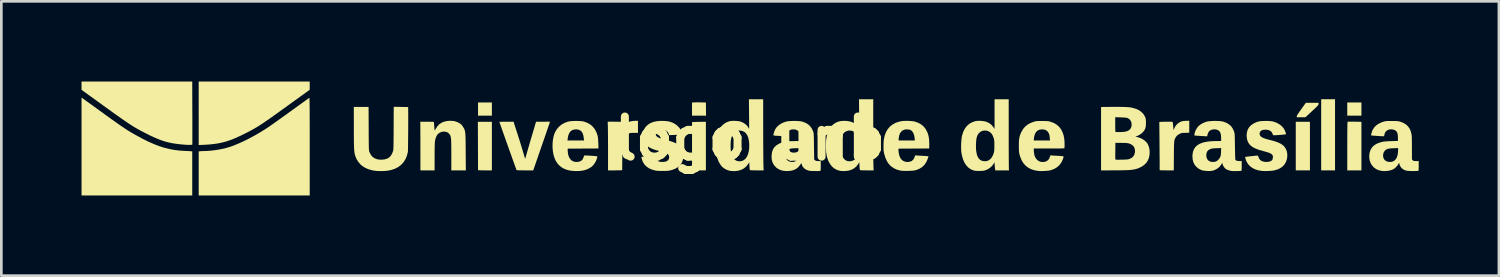
<source format=kicad_pcb>
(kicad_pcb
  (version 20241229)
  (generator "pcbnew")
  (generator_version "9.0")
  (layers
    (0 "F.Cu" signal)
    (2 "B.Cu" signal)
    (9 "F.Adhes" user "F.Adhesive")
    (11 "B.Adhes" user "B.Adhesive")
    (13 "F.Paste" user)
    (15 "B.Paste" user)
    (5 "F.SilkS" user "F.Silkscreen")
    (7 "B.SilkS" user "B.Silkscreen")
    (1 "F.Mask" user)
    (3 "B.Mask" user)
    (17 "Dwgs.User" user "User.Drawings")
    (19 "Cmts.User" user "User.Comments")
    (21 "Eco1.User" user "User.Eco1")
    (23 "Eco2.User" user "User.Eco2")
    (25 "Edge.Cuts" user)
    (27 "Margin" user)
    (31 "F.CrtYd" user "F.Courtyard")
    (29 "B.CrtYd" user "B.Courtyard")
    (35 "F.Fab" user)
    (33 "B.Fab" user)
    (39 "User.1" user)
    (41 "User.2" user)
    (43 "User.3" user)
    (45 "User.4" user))
  (footprint "logo unb"
    (layer "F.Cu")
    (at 25.003 2.131)
    (property "Reference" "logo unb" (at 0 0 0) (layer "F.SilkS") (effects (font (size 1.5 1.5) (thickness 0.3))))
    (attr board_only exclude_from_pos_files exclude_from_bom)
    (fp_poly (pts (xy -9.654 -1.101) (xy -9.654 -0.855) (xy -9.913 -0.855) (xy -10.172 -0.855) (xy -10.172 -1.101) (xy -10.172 -1.348) (xy -9.913 -1.348) (xy -9.654 -1.348)) (stroke (width 0) (type solid)) (fill yes) (layer "F.SilkS"))
    (fp_poly (pts (xy 20.946 0.283) (xy 20.946 1.192) (xy 20.681 1.192) (xy 20.416 1.192) (xy 20.416 0.283) (xy 20.416 -0.626) (xy 20.681 -0.626) (xy 20.946 -0.626)) (stroke (width 0) (type solid)) (fill yes) (layer "F.SilkS"))
    (fp_poly (pts (xy 21.885 -0.138) (xy 21.885 1.192) (xy 21.626 1.192) (xy 21.367 1.192) (xy 21.367 -0.138) (xy 21.367 -1.469) (xy 21.626 -1.469) (xy 21.885 -1.469)) (stroke (width 0) (type solid)) (fill yes) (layer "F.SilkS"))
    (fp_poly (pts (xy 22.872 -1.101) (xy 22.872 -0.855) (xy 22.607 -0.855) (xy 22.342 -0.855) (xy 22.342 -1.101) (xy 22.342 -1.348) (xy 22.607 -1.348) (xy 22.872 -1.348)) (stroke (width 0) (type solid)) (fill yes) (layer "F.SilkS"))
    (fp_poly (pts (xy 22.522 -0.63) (xy 22.596 -0.629) (xy 22.619 -0.629) (xy 22.872 -0.625) (xy 22.872 0.283) (xy 22.872 1.192) (xy 22.607 1.192) (xy 22.342 1.192) (xy 22.342 0.284) (xy 22.343 0.096) (xy 22.343 -0.072) (xy 22.344 -0.218) (xy 22.345 -0.343) (xy 22.346 -0.445) (xy 22.348 -0.526) (xy 22.35 -0.583) (xy 22.352 -0.617) (xy 22.354 -0.628) (xy 22.369 -0.629) (xy 22.405 -0.63) (xy 22.457 -0.63)) (stroke (width 0) (type solid)) (fill yes) (layer "F.SilkS"))
    (fp_poly (pts (xy -9.654 0.283) (xy -9.654 1.192) (xy -9.913 1.192) (xy -9.989 1.191) (xy -10.056 1.19) (xy -10.111 1.189) (xy -10.15 1.186) (xy -10.17 1.184) (xy -10.172 1.183) (xy -10.172 1.17) (xy -10.172 1.134) (xy -10.172 1.078) (xy -10.173 1.004) (xy -10.173 0.914) (xy -10.173 0.808) (xy -10.174 0.69) (xy -10.174 0.562) (xy -10.175 0.424) (xy -10.175 0.279) (xy -10.175 0.274) (xy -10.178 -0.626) (xy -9.916 -0.626) (xy -9.654 -0.626)) (stroke (width 0) (type solid)) (fill yes) (layer "F.SilkS"))
    (fp_poly (pts (xy -1.649 0.283) (xy -1.649 1.192) (xy -1.908 1.192) (xy -2.167 1.192) (xy -2.167 0.295) (xy -2.167 0.15) (xy -2.167 0.012) (xy -2.167 -0.117) (xy -2.167 -0.235) (xy -2.167 -0.34) (xy -2.167 -0.431) (xy -2.167 -0.505) (xy -2.167 -0.562) (xy -2.167 -0.597) (xy -2.167 -0.611) (xy -2.167 -0.611) (xy -2.155 -0.614) (xy -2.123 -0.616) (xy -2.074 -0.619) (xy -2.011 -0.621) (xy -1.938 -0.623) (xy -1.908 -0.623) (xy -1.649 -0.626)) (stroke (width 0) (type solid)) (fill yes) (layer "F.SilkS"))
    (fp_poly (pts (xy 21.269 -1.292) (xy 21.266 -1.277) (xy 21.261 -1.262) (xy 21.249 -1.245) (xy 21.231 -1.222) (xy 21.203 -1.193) (xy 21.163 -1.154) (xy 21.111 -1.104) (xy 21.043 -1.041) (xy 21.022 -1.021) (xy 20.778 -0.795) (xy 20.615 -0.795) (xy 20.452 -0.795) (xy 20.452 -0.828) (xy 20.458 -0.847) (xy 20.474 -0.879) (xy 20.502 -0.925) (xy 20.544 -0.987) (xy 20.599 -1.065) (xy 20.623 -1.099) (xy 20.793 -1.336) (xy 21.033 -1.336) (xy 21.272 -1.336)) (stroke (width 0) (type solid)) (fill yes) (layer "F.SilkS"))
    (fp_poly (pts (xy -1.874 -1.352) (xy -1.808 -1.351) (xy -1.748 -1.349) (xy -1.699 -1.348) (xy -1.665 -1.345) (xy -1.649 -1.343) (xy -1.649 -1.342) (xy -1.649 -1.327) (xy -1.648 -1.292) (xy -1.648 -1.24) (xy -1.647 -1.175) (xy -1.646 -1.103) (xy -1.646 -1.092) (xy -1.643 -0.855) (xy -1.905 -0.855) (xy -2.167 -0.855) (xy -2.168 -1.074) (xy -2.169 -1.164) (xy -2.169 -1.231) (xy -2.168 -1.281) (xy -2.167 -1.314) (xy -2.165 -1.334) (xy -2.162 -1.344) (xy -2.161 -1.346) (xy -2.147 -1.348) (xy -2.114 -1.35) (xy -2.066 -1.351) (xy -2.007 -1.352) (xy -1.942 -1.352)) (stroke (width 0) (type solid)) (fill yes) (layer "F.SilkS"))
    (fp_poly (pts (xy -16.468 -1.977) (xy -16.468 -1.823) (xy -16.742 -1.625) (xy -16.83 -1.562) (xy -16.927 -1.491) (xy -17.027 -1.419) (xy -17.124 -1.349) (xy -17.21 -1.287) (xy -17.25 -1.258) (xy -17.429 -1.129) (xy -17.59 -1.013) (xy -17.734 -0.909) (xy -17.865 -0.816) (xy -17.982 -0.734) (xy -18.089 -0.66) (xy -18.186 -0.594) (xy -18.275 -0.535) (xy -18.358 -0.481) (xy -18.437 -0.432) (xy -18.513 -0.387) (xy -18.588 -0.344) (xy -18.663 -0.303) (xy -18.74 -0.262) (xy -18.822 -0.22) (xy -18.908 -0.176) (xy -18.918 -0.172) (xy -19.101 -0.083) (xy -19.269 -0.008) (xy -19.427 0.055) (xy -19.578 0.106) (xy -19.728 0.147) (xy -19.88 0.18) (xy -20.039 0.204) (xy -20.209 0.222) (xy -20.394 0.234) (xy -20.437 0.236) (xy -20.621 0.244) (xy -20.621 -0.943) (xy -20.621 -2.131) (xy -18.544 -2.131) (xy -16.468 -2.131)) (stroke (width 0) (type solid)) (fill yes) (layer "F.SilkS"))
    (fp_poly (pts (xy -24.964 -1.503) (xy -24.947 -1.491) (xy -24.913 -1.467) (xy -24.863 -1.431) (xy -24.798 -1.384) (xy -24.722 -1.329) (xy -24.634 -1.266) (xy -24.537 -1.196) (xy -24.434 -1.121) (xy -24.325 -1.042) (xy -24.293 -1.019) (xy -24.132 -0.903) (xy -23.989 -0.8) (xy -23.863 -0.709) (xy -23.75 -0.629) (xy -23.65 -0.558) (xy -23.561 -0.496) (xy -23.481 -0.441) (xy -23.409 -0.392) (xy -23.342 -0.348) (xy -23.279 -0.308) (xy -23.219 -0.27) (xy -23.159 -0.234) (xy -23.097 -0.198) (xy -23.033 -0.161) (xy -22.964 -0.123) (xy -22.933 -0.105) (xy -22.706 0.017) (xy -22.492 0.123) (xy -22.289 0.212) (xy -22.093 0.287) (xy -21.902 0.347) (xy -21.713 0.394) (xy -21.524 0.429) (xy -21.33 0.452) (xy -21.133 0.464) (xy -21.066 0.467) (xy -21.004 0.47) (xy -20.952 0.473) (xy -20.917 0.476) (xy -20.913 0.477) (xy -20.862 0.483) (xy -20.862 1.307) (xy -20.862 2.131) (xy -22.932 2.131) (xy -25.003 2.131) (xy -25.003 0.3) (xy -25.003 -1.53)) (stroke (width 0) (type solid)) (fill yes) (layer "F.SilkS"))
    (fp_poly (pts (xy -20.859 -0.957) (xy -20.858 -0.791) (xy -20.858 -0.631) (xy -20.858 -0.48) (xy -20.858 -0.34) (xy -20.858 -0.21) (xy -20.858 -0.095) (xy -20.858 0.006) (xy -20.858 0.09) (xy -20.859 0.156) (xy -20.859 0.201) (xy -20.859 0.225) (xy -20.86 0.229) (xy -20.873 0.234) (xy -20.907 0.237) (xy -20.956 0.239) (xy -21.018 0.238) (xy -21.088 0.235) (xy -21.115 0.233) (xy -21.286 0.219) (xy -21.444 0.201) (xy -21.592 0.179) (xy -21.732 0.15) (xy -21.869 0.115) (xy -22.006 0.071) (xy -22.147 0.018) (xy -22.295 -0.045) (xy -22.454 -0.12) (xy -22.627 -0.207) (xy -22.716 -0.254) (xy -22.788 -0.292) (xy -22.856 -0.329) (xy -22.921 -0.365) (xy -22.986 -0.402) (xy -23.051 -0.441) (xy -23.118 -0.483) (xy -23.189 -0.529) (xy -23.266 -0.579) (xy -23.349 -0.636) (xy -23.442 -0.699) (xy -23.544 -0.771) (xy -23.659 -0.852) (xy -23.787 -0.943) (xy -23.93 -1.046) (xy -24.09 -1.161) (xy -24.211 -1.249) (xy -25.003 -1.82) (xy -25.003 -1.975) (xy -25.003 -2.131) (xy -22.932 -2.131) (xy -20.862 -2.131)) (stroke (width 0) (type solid)) (fill yes) (layer "F.SilkS"))
    (fp_poly (pts (xy -16.481 -1.518) (xy -16.479 -1.506) (xy -16.477 -1.484) (xy -16.476 -1.45) (xy -16.474 -1.405) (xy -16.473 -1.346) (xy -16.472 -1.273) (xy -16.471 -1.186) (xy -16.47 -1.082) (xy -16.47 -0.962) (xy -16.469 -0.824) (xy -16.469 -0.667) (xy -16.468 -0.49) (xy -16.468 -0.293) (xy -16.468 -0.073) (xy -16.468 0.168) (xy -16.468 0.3) (xy -16.468 2.131) (xy -18.544 2.131) (xy -20.621 2.131) (xy -20.621 1.308) (xy -20.621 0.485) (xy -20.576 0.477) (xy -20.542 0.474) (xy -20.494 0.471) (xy -20.44 0.47) (xy -20.427 0.47) (xy -20.292 0.465) (xy -20.143 0.452) (xy -19.986 0.433) (xy -19.83 0.407) (xy -19.682 0.377) (xy -19.554 0.344) (xy -19.4 0.295) (xy -19.232 0.23) (xy -19.052 0.153) (xy -18.864 0.064) (xy -18.671 -0.034) (xy -18.476 -0.141) (xy -18.283 -0.255) (xy -18.094 -0.373) (xy -18.015 -0.425) (xy -17.98 -0.449) (xy -17.928 -0.485) (xy -17.861 -0.533) (xy -17.78 -0.59) (xy -17.688 -0.656) (xy -17.586 -0.728) (xy -17.477 -0.806) (xy -17.363 -0.888) (xy -17.245 -0.973) (xy -17.184 -1.017) (xy -17.07 -1.1) (xy -16.961 -1.178) (xy -16.86 -1.251) (xy -16.767 -1.318) (xy -16.684 -1.377) (xy -16.614 -1.428) (xy -16.557 -1.469) (xy -16.515 -1.499) (xy -16.49 -1.517) (xy -16.483 -1.521)) (stroke (width 0) (type solid)) (fill yes) (layer "F.SilkS"))
    (fp_poly (pts (xy -4.189 -0.436) (xy -4.189 -0.211) (xy -4.337 -0.211) (xy -4.402 -0.21) (xy -4.45 -0.208) (xy -4.485 -0.203) (xy -4.515 -0.195) (xy -4.545 -0.183) (xy -4.548 -0.182) (xy -4.62 -0.137) (xy -4.682 -0.073) (xy -4.729 0.005) (xy -4.745 0.046) (xy -4.752 0.067) (xy -4.757 0.087) (xy -4.762 0.109) (xy -4.765 0.136) (xy -4.768 0.17) (xy -4.77 0.213) (xy -4.772 0.269) (xy -4.773 0.339) (xy -4.774 0.427) (xy -4.775 0.533) (xy -4.776 0.644) (xy -4.776 0.754) (xy -4.777 0.856) (xy -4.778 0.949) (xy -4.778 1.029) (xy -4.779 1.095) (xy -4.779 1.143) (xy -4.779 1.171) (xy -4.779 1.177) (xy -4.785 1.182) (xy -4.803 1.186) (xy -4.836 1.189) (xy -4.886 1.19) (xy -4.955 1.191) (xy -5.044 1.192) (xy -5.309 1.192) (xy -5.309 0.436) (xy -5.309 0.299) (xy -5.31 0.164) (xy -5.31 0.035) (xy -5.311 -0.086) (xy -5.312 -0.195) (xy -5.313 -0.291) (xy -5.314 -0.371) (xy -5.315 -0.432) (xy -5.316 -0.471) (xy -5.323 -0.624) (xy -5.295 -0.628) (xy -5.274 -0.629) (xy -5.234 -0.63) (xy -5.178 -0.63) (xy -5.111 -0.629) (xy -5.042 -0.628) (xy -4.816 -0.625) (xy -4.81 -0.574) (xy -4.804 -0.532) (xy -4.799 -0.493) (xy -4.798 -0.488) (xy -4.795 -0.455) (xy -4.793 -0.411) (xy -4.792 -0.379) (xy -4.79 -0.307) (xy -4.755 -0.383) (xy -4.701 -0.477) (xy -4.637 -0.551) (xy -4.561 -0.605) (xy -4.471 -0.641) (xy -4.365 -0.659) (xy -4.295 -0.662) (xy -4.189 -0.662)) (stroke (width 0) (type solid)) (fill yes) (layer "F.SilkS"))
    (fp_poly (pts (xy -7.487 -0.624) (xy -7.485 -0.613) (xy -7.489 -0.599) (xy -7.501 -0.565) (xy -7.519 -0.51) (xy -7.544 -0.439) (xy -7.574 -0.352) (xy -7.608 -0.251) (xy -7.647 -0.137) (xy -7.69 -0.013) (xy -7.736 0.119) (xy -7.784 0.258) (xy -7.798 0.298) (xy -8.107 1.192) (xy -8.418 1.192) (xy -8.518 1.191) (xy -8.596 1.191) (xy -8.654 1.189) (xy -8.695 1.186) (xy -8.72 1.183) (xy -8.732 1.179) (xy -8.734 1.177) (xy -8.755 1.118) (xy -8.782 1.044) (xy -8.813 0.957) (xy -8.849 0.858) (xy -8.888 0.749) (xy -8.929 0.633) (xy -8.973 0.512) (xy -9.017 0.387) (xy -9.062 0.261) (xy -9.106 0.136) (xy -9.15 0.014) (xy -9.191 -0.103) (xy -9.23 -0.214) (xy -9.266 -0.315) (xy -9.298 -0.406) (xy -9.325 -0.483) (xy -9.347 -0.546) (xy -9.363 -0.591) (xy -9.371 -0.617) (xy -9.373 -0.622) (xy -9.36 -0.624) (xy -9.327 -0.625) (xy -9.277 -0.626) (xy -9.213 -0.627) (xy -9.14 -0.627) (xy -9.107 -0.627) (xy -8.844 -0.629) (xy -8.701 -0.185) (xy -8.665 -0.073) (xy -8.628 0.042) (xy -8.592 0.157) (xy -8.558 0.267) (xy -8.528 0.367) (xy -8.502 0.452) (xy -8.486 0.505) (xy -8.465 0.577) (xy -8.446 0.642) (xy -8.43 0.695) (xy -8.418 0.733) (xy -8.411 0.753) (xy -8.41 0.754) (xy -8.406 0.745) (xy -8.396 0.716) (xy -8.383 0.671) (xy -8.366 0.613) (xy -8.35 0.557) (xy -8.334 0.5) (xy -8.312 0.424) (xy -8.285 0.332) (xy -8.255 0.229) (xy -8.223 0.118) (xy -8.189 0.004) (xy -8.155 -0.11) (xy -8.148 -0.135) (xy -8.002 -0.626) (xy -7.766 -0.628) (xy -7.691 -0.628) (xy -7.624 -0.629) (xy -7.568 -0.629) (xy -7.527 -0.63) (xy -7.506 -0.63) (xy -7.506 -0.63)) (stroke (width 0) (type solid)) (fill yes) (layer "F.SilkS"))
    (fp_poly (pts (xy 16.432 -0.447) (xy 16.432 -0.377) (xy 16.432 -0.315) (xy 16.432 -0.266) (xy 16.432 -0.233) (xy 16.432 -0.221) (xy 16.42 -0.217) (xy 16.39 -0.215) (xy 16.344 -0.213) (xy 16.289 -0.212) (xy 16.228 -0.211) (xy 16.184 -0.209) (xy 16.151 -0.204) (xy 16.122 -0.196) (xy 16.091 -0.182) (xy 16.063 -0.168) (xy 16.011 -0.139) (xy 15.974 -0.108) (xy 15.944 -0.071) (xy 15.941 -0.068) (xy 15.923 -0.04) (xy 15.908 -0.015) (xy 15.896 0.01) (xy 15.885 0.038) (xy 15.877 0.071) (xy 15.871 0.111) (xy 15.867 0.161) (xy 15.863 0.222) (xy 15.861 0.298) (xy 15.859 0.391) (xy 15.858 0.503) (xy 15.857 0.636) (xy 15.857 0.653) (xy 15.853 1.192) (xy 15.589 1.192) (xy 15.498 1.191) (xy 15.429 1.19) (xy 15.38 1.189) (xy 15.347 1.186) (xy 15.33 1.182) (xy 15.325 1.177) (xy 15.325 1.156) (xy 15.325 1.115) (xy 15.325 1.055) (xy 15.325 0.978) (xy 15.324 0.887) (xy 15.324 0.785) (xy 15.323 0.672) (xy 15.322 0.553) (xy 15.321 0.429) (xy 15.32 0.302) (xy 15.319 0.174) (xy 15.318 0.049) (xy 15.317 -0.072) (xy 15.316 -0.186) (xy 15.315 -0.292) (xy 15.314 -0.386) (xy 15.313 -0.467) (xy 15.312 -0.532) (xy 15.312 -0.579) (xy 15.311 -0.606) (xy 15.311 -0.611) (xy 15.318 -0.617) (xy 15.345 -0.621) (xy 15.393 -0.624) (xy 15.461 -0.626) (xy 15.551 -0.627) (xy 15.664 -0.627) (xy 15.786 -0.626) (xy 15.801 -0.624) (xy 15.81 -0.616) (xy 15.816 -0.595) (xy 15.821 -0.557) (xy 15.823 -0.539) (xy 15.828 -0.482) (xy 15.834 -0.423) (xy 15.838 -0.382) (xy 15.845 -0.312) (xy 15.872 -0.377) (xy 15.919 -0.469) (xy 15.981 -0.542) (xy 16.059 -0.6) (xy 16.106 -0.624) (xy 16.143 -0.639) (xy 16.179 -0.649) (xy 16.223 -0.655) (xy 16.282 -0.659) (xy 16.302 -0.66) (xy 16.432 -0.665)) (stroke (width 0) (type solid)) (fill yes) (layer "F.SilkS"))
    (fp_poly (pts (xy -11.117 -0.658) (xy -11.036 -0.645) (xy -10.961 -0.62) (xy -10.905 -0.594) (xy -10.847 -0.561) (xy -10.803 -0.527) (xy -10.766 -0.485) (xy -10.728 -0.428) (xy -10.721 -0.417) (xy -10.705 -0.389) (xy -10.69 -0.363) (xy -10.678 -0.336) (xy -10.668 -0.307) (xy -10.66 -0.274) (xy -10.653 -0.235) (xy -10.648 -0.187) (xy -10.643 -0.129) (xy -10.64 -0.058) (xy -10.638 0.027) (xy -10.636 0.129) (xy -10.635 0.249) (xy -10.634 0.389) (xy -10.633 0.503) (xy -10.628 1.192) (xy -10.9 1.192) (xy -11.171 1.192) (xy -11.171 0.615) (xy -11.171 0.471) (xy -11.172 0.349) (xy -11.173 0.247) (xy -11.174 0.162) (xy -11.177 0.093) (xy -11.18 0.037) (xy -11.184 -0.008) (xy -11.19 -0.045) (xy -11.197 -0.075) (xy -11.205 -0.1) (xy -11.215 -0.124) (xy -11.22 -0.134) (xy -11.261 -0.189) (xy -11.315 -0.229) (xy -11.379 -0.252) (xy -11.449 -0.26) (xy -11.52 -0.251) (xy -11.589 -0.227) (xy -11.651 -0.187) (xy -11.7 -0.133) (xy -11.72 -0.1) (xy -11.74 -0.056) (xy -11.75 -0.029) (xy -11.76 0.00017) (xy -11.769 0.029) (xy -11.775 0.06) (xy -11.781 0.095) (xy -11.785 0.136) (xy -11.789 0.186) (xy -11.791 0.247) (xy -11.793 0.322) (xy -11.795 0.412) (xy -11.795 0.521) (xy -11.796 0.65) (xy -11.796 0.731) (xy -11.797 1.192) (xy -12.062 1.192) (xy -12.327 1.192) (xy -12.328 0.334) (xy -12.328 0.191) (xy -12.328 0.054) (xy -12.329 -0.075) (xy -12.329 -0.193) (xy -12.329 -0.3) (xy -12.33 -0.392) (xy -12.33 -0.468) (xy -12.33 -0.525) (xy -12.331 -0.562) (xy -12.331 -0.575) (xy -12.333 -0.627) (xy -12.081 -0.627) (xy -12.006 -0.627) (xy -11.94 -0.626) (xy -11.885 -0.625) (xy -11.847 -0.624) (xy -11.828 -0.623) (xy -11.826 -0.623) (xy -11.824 -0.61) (xy -11.82 -0.578) (xy -11.816 -0.534) (xy -11.814 -0.505) (xy -11.81 -0.453) (xy -11.806 -0.41) (xy -11.803 -0.381) (xy -11.802 -0.373) (xy -11.799 -0.348) (xy -11.798 -0.319) (xy -11.796 -0.303) (xy -11.791 -0.301) (xy -11.781 -0.315) (xy -11.762 -0.347) (xy -11.752 -0.366) (xy -11.688 -0.463) (xy -11.611 -0.541) (xy -11.52 -0.599) (xy -11.414 -0.638) (xy -11.293 -0.659) (xy -11.213 -0.662)) (stroke (width 0) (type solid)) (fill yes) (layer "F.SilkS"))
    (fp_poly (pts (xy -6.401 -0.655) (xy -6.32 -0.65) (xy -6.252 -0.642) (xy -6.212 -0.634) (xy -6.084 -0.587) (xy -5.972 -0.523) (xy -5.878 -0.441) (xy -5.8 -0.342) (xy -5.74 -0.226) (xy -5.7 -0.108) (xy -5.689 -0.051) (xy -5.681 0.029) (xy -5.675 0.13) (xy -5.673 0.171) (xy -5.667 0.373) (xy -6.243 0.376) (xy -6.819 0.379) (xy -6.817 0.468) (xy -6.806 0.575) (xy -6.78 0.669) (xy -6.739 0.748) (xy -6.686 0.81) (xy -6.659 0.831) (xy -6.596 0.861) (xy -6.525 0.876) (xy -6.452 0.877) (xy -6.381 0.864) (xy -6.32 0.837) (xy -6.273 0.798) (xy -6.268 0.792) (xy -6.251 0.762) (xy -6.232 0.721) (xy -6.223 0.696) (xy -6.209 0.659) (xy -6.197 0.64) (xy -6.181 0.633) (xy -6.167 0.633) (xy -6.124 0.635) (xy -6.065 0.638) (xy -5.997 0.642) (xy -5.926 0.646) (xy -5.86 0.651) (xy -5.805 0.655) (xy -5.774 0.658) (xy -5.735 0.663) (xy -5.715 0.668) (xy -5.708 0.678) (xy -5.71 0.696) (xy -5.71 0.697) (xy -5.735 0.781) (xy -5.774 0.867) (xy -5.824 0.948) (xy -5.881 1.017) (xy -5.927 1.059) (xy -6.023 1.12) (xy -6.126 1.166) (xy -6.24 1.197) (xy -6.368 1.214) (xy -6.511 1.218) (xy -6.597 1.214) (xy -6.748 1.197) (xy -6.882 1.161) (xy -7 1.108) (xy -7.102 1.037) (xy -7.189 0.948) (xy -7.261 0.841) (xy -7.315 0.722) (xy -7.35 0.601) (xy -7.374 0.465) (xy -7.385 0.321) (xy -7.383 0.175) (xy -7.372 0.072) (xy -6.826 0.072) (xy -6.517 0.072) (xy -6.208 0.072) (xy -6.216 -0.01) (xy -6.232 -0.114) (xy -6.26 -0.197) (xy -6.3 -0.261) (xy -6.354 -0.306) (xy -6.421 -0.333) (xy -6.503 -0.342) (xy -6.506 -0.342) (xy -6.591 -0.333) (xy -6.662 -0.307) (xy -6.719 -0.261) (xy -6.764 -0.196) (xy -6.796 -0.112) (xy -6.817 -0.006) (xy -6.819 0.009) (xy -6.826 0.072) (xy -7.372 0.072) (xy -7.368 0.032) (xy -7.342 -0.096) (xy -7.296 -0.225) (xy -7.23 -0.34) (xy -7.147 -0.439) (xy -7.048 -0.522) (xy -6.933 -0.586) (xy -6.805 -0.632) (xy -6.795 -0.634) (xy -6.738 -0.644) (xy -6.664 -0.652) (xy -6.579 -0.656) (xy -6.489 -0.657)) (stroke (width 0) (type solid)) (fill yes) (layer "F.SilkS"))
    (fp_poly (pts (xy -13.058 -1.182) (xy -12.98 -1.18) (xy -12.911 -1.179) (xy -12.854 -1.178) (xy -12.813 -1.177) (xy -12.791 -1.175) (xy -12.788 -1.175) (xy -12.786 -1.162) (xy -12.785 -1.127) (xy -12.784 -1.073) (xy -12.784 -1.002) (xy -12.783 -0.916) (xy -12.783 -0.819) (xy -12.783 -0.711) (xy -12.783 -0.596) (xy -12.784 -0.476) (xy -12.784 -0.353) (xy -12.785 -0.23) (xy -12.786 -0.109) (xy -12.787 0.008) (xy -12.788 0.117) (xy -12.789 0.218) (xy -12.79 0.307) (xy -12.792 0.382) (xy -12.793 0.44) (xy -12.794 0.48) (xy -12.796 0.499) (xy -12.831 0.642) (xy -12.885 0.771) (xy -12.957 0.885) (xy -13.047 0.983) (xy -13.154 1.065) (xy -13.278 1.13) (xy -13.417 1.177) (xy -13.55 1.203) (xy -13.659 1.214) (xy -13.78 1.219) (xy -13.901 1.218) (xy -13.976 1.213) (xy -14.12 1.191) (xy -14.255 1.155) (xy -14.378 1.104) (xy -14.485 1.04) (xy -14.568 0.971) (xy -14.651 0.874) (xy -14.718 0.765) (xy -14.758 0.668) (xy -14.769 0.634) (xy -14.779 0.6) (xy -14.787 0.565) (xy -14.793 0.526) (xy -14.799 0.481) (xy -14.804 0.429) (xy -14.808 0.367) (xy -14.811 0.293) (xy -14.813 0.206) (xy -14.815 0.104) (xy -14.816 -0.015) (xy -14.817 -0.154) (xy -14.817 -0.314) (xy -14.817 -0.4) (xy -14.819 -1.18) (xy -14.543 -1.18) (xy -14.266 -1.18) (xy -14.262 -0.37) (xy -14.262 -0.211) (xy -14.261 -0.074) (xy -14.26 0.043) (xy -14.259 0.141) (xy -14.259 0.223) (xy -14.257 0.29) (xy -14.256 0.343) (xy -14.254 0.386) (xy -14.252 0.419) (xy -14.249 0.444) (xy -14.246 0.464) (xy -14.242 0.481) (xy -14.238 0.495) (xy -14.233 0.508) (xy -14.186 0.603) (xy -14.125 0.679) (xy -14.049 0.735) (xy -13.959 0.773) (xy -13.854 0.791) (xy -13.76 0.792) (xy -13.653 0.778) (xy -13.564 0.749) (xy -13.49 0.704) (xy -13.431 0.64) (xy -13.384 0.557) (xy -13.359 0.494) (xy -13.354 0.478) (xy -13.349 0.462) (xy -13.345 0.444) (xy -13.342 0.423) (xy -13.339 0.396) (xy -13.337 0.362) (xy -13.335 0.319) (xy -13.334 0.264) (xy -13.333 0.197) (xy -13.332 0.115) (xy -13.331 0.016) (xy -13.33 -0.102) (xy -13.329 -0.24) (xy -13.329 -0.385) (xy -13.325 -1.186)) (stroke (width 0) (type solid)) (fill yes) (layer "F.SilkS"))
    (fp_poly (pts (xy 5.917 -0.659) (xy 6.004 -0.655) (xy 6.083 -0.648) (xy 6.148 -0.637) (xy 6.169 -0.632) (xy 6.296 -0.587) (xy 6.406 -0.525) (xy 6.499 -0.446) (xy 6.575 -0.349) (xy 6.634 -0.236) (xy 6.648 -0.199) (xy 6.671 -0.128) (xy 6.687 -0.057) (xy 6.698 0.018) (xy 6.704 0.104) (xy 6.707 0.206) (xy 6.706 0.262) (xy 6.705 0.373) (xy 6.13 0.376) (xy 5.555 0.379) (xy 5.554 0.41) (xy 5.555 0.437) (xy 5.558 0.479) (xy 5.563 0.524) (xy 5.584 0.63) (xy 5.62 0.719) (xy 5.669 0.788) (xy 5.732 0.838) (xy 5.807 0.869) (xy 5.892 0.879) (xy 5.978 0.869) (xy 6.049 0.842) (xy 6.104 0.795) (xy 6.144 0.731) (xy 6.158 0.691) (xy 6.171 0.653) (xy 6.183 0.634) (xy 6.196 0.63) (xy 6.198 0.631) (xy 6.216 0.633) (xy 6.254 0.636) (xy 6.307 0.64) (xy 6.368 0.643) (xy 6.396 0.644) (xy 6.464 0.648) (xy 6.528 0.652) (xy 6.582 0.656) (xy 6.619 0.659) (xy 6.627 0.66) (xy 6.68 0.668) (xy 6.647 0.764) (xy 6.597 0.881) (xy 6.531 0.979) (xy 6.449 1.06) (xy 6.349 1.125) (xy 6.231 1.175) (xy 6.194 1.186) (xy 6.146 1.195) (xy 6.081 1.203) (xy 6.003 1.208) (xy 5.918 1.211) (xy 5.833 1.212) (xy 5.752 1.211) (xy 5.681 1.206) (xy 5.627 1.2) (xy 5.622 1.199) (xy 5.49 1.162) (xy 5.375 1.108) (xy 5.276 1.038) (xy 5.191 0.95) (xy 5.121 0.844) (xy 5.065 0.719) (xy 5.022 0.574) (xy 5.002 0.475) (xy 4.998 0.438) (xy 4.996 0.383) (xy 4.995 0.316) (xy 4.996 0.244) (xy 4.997 0.172) (xy 5.001 0.108) (xy 5.003 0.072) (xy 5.558 0.072) (xy 5.862 0.072) (xy 6.167 0.072) (xy 6.16 -0.016) (xy 6.145 -0.107) (xy 6.119 -0.186) (xy 6.083 -0.251) (xy 6.038 -0.299) (xy 5.986 -0.327) (xy 5.975 -0.33) (xy 5.876 -0.343) (xy 5.79 -0.335) (xy 5.717 -0.306) (xy 5.657 -0.258) (xy 5.611 -0.191) (xy 5.58 -0.105) (xy 5.565 -0.009) (xy 5.558 0.072) (xy 5.003 0.072) (xy 5.005 0.056) (xy 5.007 0.042) (xy 5.038 -0.105) (xy 5.087 -0.236) (xy 5.153 -0.35) (xy 5.236 -0.447) (xy 5.335 -0.526) (xy 5.451 -0.588) (xy 5.582 -0.631) (xy 5.682 -0.651) (xy 5.749 -0.657) (xy 5.83 -0.66)) (stroke (width 0) (type solid)) (fill yes) (layer "F.SilkS"))
    (fp_poly (pts (xy 4.611 -0.334) (xy 4.611 -0.166) (xy 4.611 -0.001) (xy 4.612 0.159) (xy 4.612 0.311) (xy 4.613 0.454) (xy 4.613 0.585) (xy 4.614 0.702) (xy 4.615 0.804) (xy 4.616 0.888) (xy 4.617 0.952) (xy 4.618 0.994) (xy 4.618 0.996) (xy 4.626 1.192) (xy 4.371 1.192) (xy 4.281 1.191) (xy 4.213 1.19) (xy 4.164 1.188) (xy 4.132 1.185) (xy 4.116 1.181) (xy 4.111 1.177) (xy 4.108 1.157) (xy 4.104 1.119) (xy 4.1 1.071) (xy 4.097 1.019) (xy 4.094 0.97) (xy 4.093 0.933) (xy 4.093 0.885) (xy 4.047 0.957) (xy 3.978 1.046) (xy 3.896 1.116) (xy 3.8 1.168) (xy 3.69 1.201) (xy 3.564 1.217) (xy 3.541 1.218) (xy 3.482 1.218) (xy 3.419 1.215) (xy 3.368 1.208) (xy 3.365 1.208) (xy 3.257 1.176) (xy 3.159 1.123) (xy 3.072 1.05) (xy 2.998 0.958) (xy 2.937 0.849) (xy 2.891 0.723) (xy 2.877 0.672) (xy 2.852 0.536) (xy 2.839 0.39) (xy 2.837 0.268) (xy 3.389 0.268) (xy 3.393 0.389) (xy 3.407 0.504) (xy 3.408 0.51) (xy 3.435 0.617) (xy 3.475 0.704) (xy 3.526 0.772) (xy 3.588 0.82) (xy 3.66 0.847) (xy 3.74 0.852) (xy 3.824 0.837) (xy 3.896 0.803) (xy 3.957 0.749) (xy 4.007 0.675) (xy 4.045 0.583) (xy 4.072 0.473) (xy 4.086 0.347) (xy 4.088 0.217) (xy 4.077 0.085) (xy 4.052 -0.028) (xy 4.015 -0.122) (xy 3.964 -0.197) (xy 3.901 -0.251) (xy 3.825 -0.285) (xy 3.762 -0.297) (xy 3.677 -0.295) (xy 3.599 -0.271) (xy 3.532 -0.227) (xy 3.478 -0.164) (xy 3.437 -0.083) (xy 3.43 -0.062) (xy 3.408 0.035) (xy 3.394 0.147) (xy 3.389 0.268) (xy 2.837 0.268) (xy 2.836 0.241) (xy 2.845 0.093) (xy 2.864 -0.047) (xy 2.894 -0.174) (xy 2.913 -0.232) (xy 2.968 -0.35) (xy 3.038 -0.451) (xy 3.121 -0.533) (xy 3.217 -0.595) (xy 3.324 -0.638) (xy 3.334 -0.64) (xy 3.425 -0.656) (xy 3.525 -0.661) (xy 3.627 -0.656) (xy 3.726 -0.64) (xy 3.813 -0.615) (xy 3.871 -0.589) (xy 3.93 -0.547) (xy 3.989 -0.494) (xy 4.037 -0.436) (xy 4.053 -0.412) (xy 4.071 -0.383) (xy 4.082 -0.364) (xy 4.085 -0.361) (xy 4.085 -0.373) (xy 4.085 -0.406) (xy 4.085 -0.459) (xy 4.085 -0.528) (xy 4.085 -0.613) (xy 4.084 -0.709) (xy 4.084 -0.815) (xy 4.083 -0.915) (xy 4.079 -1.469) (xy 4.345 -1.469) (xy 4.611 -1.469)) (stroke (width 0) (type solid)) (fill yes) (layer "F.SilkS"))
    (fp_poly (pts (xy 9.679 -0.166) (xy 9.679 0.01) (xy 9.679 0.179) (xy 9.679 0.34) (xy 9.68 0.492) (xy 9.68 0.632) (xy 9.681 0.759) (xy 9.682 0.872) (xy 9.682 0.969) (xy 9.683 1.048) (xy 9.684 1.108) (xy 9.685 1.148) (xy 9.686 1.164) (xy 9.686 1.165) (xy 9.693 1.192) (xy 9.434 1.192) (xy 9.175 1.192) (xy 9.169 1.147) (xy 9.165 1.113) (xy 9.16 1.065) (xy 9.155 1.011) (xy 9.154 0.995) (xy 9.146 0.888) (xy 9.113 0.947) (xy 9.054 1.028) (xy 8.976 1.098) (xy 8.886 1.155) (xy 8.788 1.194) (xy 8.754 1.202) (xy 8.704 1.209) (xy 8.64 1.213) (xy 8.569 1.214) (xy 8.498 1.213) (xy 8.435 1.208) (xy 8.386 1.201) (xy 8.378 1.199) (xy 8.272 1.157) (xy 8.178 1.095) (xy 8.097 1.013) (xy 8.028 0.911) (xy 7.973 0.79) (xy 7.932 0.649) (xy 7.908 0.519) (xy 7.901 0.448) (xy 7.898 0.361) (xy 7.898 0.265) (xy 7.9 0.22) (xy 8.454 0.22) (xy 8.454 0.371) (xy 8.467 0.501) (xy 8.49 0.609) (xy 8.525 0.697) (xy 8.572 0.765) (xy 8.608 0.797) (xy 8.676 0.833) (xy 8.753 0.85) (xy 8.834 0.848) (xy 8.911 0.825) (xy 8.928 0.817) (xy 8.992 0.771) (xy 9.048 0.703) (xy 9.093 0.616) (xy 9.109 0.572) (xy 9.121 0.534) (xy 9.129 0.5) (xy 9.135 0.465) (xy 9.139 0.424) (xy 9.141 0.371) (xy 9.142 0.301) (xy 9.142 0.271) (xy 9.142 0.192) (xy 9.141 0.132) (xy 9.138 0.086) (xy 9.133 0.049) (xy 9.126 0.016) (xy 9.116 -0.018) (xy 9.078 -0.115) (xy 9.029 -0.19) (xy 8.969 -0.245) (xy 8.897 -0.281) (xy 8.856 -0.292) (xy 8.769 -0.299) (xy 8.688 -0.284) (xy 8.616 -0.248) (xy 8.555 -0.191) (xy 8.538 -0.168) (xy 8.509 -0.117) (xy 8.486 -0.057) (xy 8.47 0.016) (xy 8.46 0.104) (xy 8.454 0.213) (xy 8.454 0.22) (xy 7.9 0.22) (xy 7.901 0.166) (xy 7.908 0.07) (xy 7.917 -0.017) (xy 7.928 -0.088) (xy 7.933 -0.108) (xy 7.976 -0.246) (xy 8.035 -0.364) (xy 8.108 -0.463) (xy 8.196 -0.543) (xy 8.298 -0.603) (xy 8.415 -0.645) (xy 8.417 -0.646) (xy 8.491 -0.658) (xy 8.578 -0.662) (xy 8.67 -0.658) (xy 8.759 -0.646) (xy 8.835 -0.628) (xy 8.85 -0.623) (xy 8.952 -0.574) (xy 9.037 -0.508) (xy 9.1 -0.431) (xy 9.149 -0.358) (xy 9.149 -0.914) (xy 9.149 -1.469) (xy 9.414 -1.469) (xy 9.678 -1.469)) (stroke (width 0) (type solid)) (fill yes) (layer "F.SilkS"))
    (fp_poly (pts (xy 0.495 -0.316) (xy 0.495 -0.147) (xy 0.496 0.018) (xy 0.496 0.178) (xy 0.497 0.33) (xy 0.498 0.472) (xy 0.499 0.603) (xy 0.5 0.719) (xy 0.501 0.82) (xy 0.502 0.904) (xy 0.503 0.967) (xy 0.504 1.009) (xy 0.504 1.014) (xy 0.512 1.192) (xy 0.255 1.192) (xy 0.165 1.191) (xy 0.097 1.19) (xy 0.048 1.188) (xy 0.016 1.185) (xy -0.001 1.181) (xy -0.005 1.177) (xy -0.009 1.157) (xy -0.013 1.119) (xy -0.017 1.071) (xy -0.02 1.019) (xy -0.023 0.971) (xy -0.024 0.934) (xy -0.024 0.887) (xy -0.07 0.958) (xy -0.142 1.049) (xy -0.229 1.12) (xy -0.331 1.173) (xy -0.445 1.206) (xy -0.573 1.22) (xy -0.713 1.214) (xy -0.722 1.213) (xy -0.804 1.195) (xy -0.889 1.161) (xy -0.968 1.116) (xy -1.034 1.064) (xy -1.052 1.046) (xy -1.122 0.954) (xy -1.179 0.847) (xy -1.224 0.723) (xy -1.257 0.58) (xy -1.258 0.574) (xy -1.268 0.5) (xy -1.273 0.411) (xy -1.276 0.311) (xy -1.275 0.252) (xy -0.724 0.252) (xy -0.723 0.344) (xy -0.718 0.43) (xy -0.71 0.504) (xy -0.705 0.529) (xy -0.675 0.634) (xy -0.633 0.719) (xy -0.58 0.784) (xy -0.516 0.827) (xy -0.443 0.85) (xy -0.36 0.851) (xy -0.292 0.837) (xy -0.223 0.804) (xy -0.163 0.75) (xy -0.112 0.678) (xy -0.073 0.588) (xy -0.045 0.483) (xy -0.029 0.364) (xy -0.027 0.234) (xy -0.028 0.206) (xy -0.041 0.074) (xy -0.067 -0.038) (xy -0.105 -0.129) (xy -0.155 -0.201) (xy -0.219 -0.252) (xy -0.295 -0.285) (xy -0.324 -0.292) (xy -0.414 -0.298) (xy -0.493 -0.283) (xy -0.562 -0.247) (xy -0.619 -0.189) (xy -0.665 -0.112) (xy -0.699 -0.014) (xy -0.706 0.017) (xy -0.716 0.082) (xy -0.722 0.162) (xy -0.724 0.252) (xy -1.275 0.252) (xy -1.274 0.208) (xy -1.27 0.107) (xy -1.262 0.014) (xy -1.251 -0.066) (xy -1.241 -0.114) (xy -1.196 -0.25) (xy -1.136 -0.368) (xy -1.061 -0.467) (xy -0.973 -0.547) (xy -0.872 -0.608) (xy -0.758 -0.648) (xy -0.748 -0.65) (xy -0.691 -0.658) (xy -0.62 -0.661) (xy -0.541 -0.659) (xy -0.462 -0.653) (xy -0.391 -0.643) (xy -0.337 -0.629) (xy -0.336 -0.628) (xy -0.243 -0.586) (xy -0.162 -0.53) (xy -0.097 -0.465) (xy -0.059 -0.406) (xy -0.044 -0.379) (xy -0.034 -0.363) (xy -0.032 -0.361) (xy -0.032 -0.373) (xy -0.031 -0.406) (xy -0.031 -0.459) (xy -0.031 -0.528) (xy -0.032 -0.613) (xy -0.032 -0.709) (xy -0.033 -0.815) (xy -0.034 -0.915) (xy -0.039 -1.469) (xy 0.227 -1.469) (xy 0.494 -1.469)) (stroke (width 0) (type solid)) (fill yes) (layer "F.SilkS"))
    (fp_poly (pts (xy 11.018 -0.655) (xy 11.086 -0.653) (xy 11.14 -0.649) (xy 11.183 -0.643) (xy 11.219 -0.635) (xy 11.348 -0.589) (xy 11.46 -0.527) (xy 11.554 -0.448) (xy 11.631 -0.352) (xy 11.691 -0.239) (xy 11.734 -0.109) (xy 11.76 0.037) (xy 11.769 0.201) (xy 11.769 0.231) (xy 11.768 0.284) (xy 11.765 0.328) (xy 11.762 0.357) (xy 11.76 0.367) (xy 11.746 0.368) (xy 11.712 0.369) (xy 11.657 0.371) (xy 11.586 0.372) (xy 11.501 0.373) (xy 11.403 0.373) (xy 11.295 0.373) (xy 11.183 0.373) (xy 10.614 0.373) (xy 10.62 0.484) (xy 10.632 0.586) (xy 10.655 0.67) (xy 10.691 0.739) (xy 10.737 0.794) (xy 10.79 0.838) (xy 10.849 0.865) (xy 10.918 0.877) (xy 10.959 0.879) (xy 11.042 0.869) (xy 11.112 0.838) (xy 11.167 0.79) (xy 11.207 0.723) (xy 11.225 0.665) (xy 11.234 0.638) (xy 11.248 0.63) (xy 11.259 0.631) (xy 11.281 0.634) (xy 11.321 0.637) (xy 11.374 0.64) (xy 11.435 0.643) (xy 11.442 0.644) (xy 11.509 0.647) (xy 11.573 0.651) (xy 11.629 0.654) (xy 11.668 0.658) (xy 11.701 0.662) (xy 11.722 0.668) (xy 11.73 0.681) (xy 11.728 0.704) (xy 11.716 0.743) (xy 11.699 0.79) (xy 11.646 0.9) (xy 11.575 0.995) (xy 11.486 1.075) (xy 11.381 1.138) (xy 11.262 1.183) (xy 11.249 1.186) (xy 11.192 1.198) (xy 11.118 1.207) (xy 11.034 1.213) (xy 10.947 1.217) (xy 10.865 1.217) (xy 10.804 1.214) (xy 10.657 1.192) (xy 10.526 1.152) (xy 10.411 1.094) (xy 10.311 1.017) (xy 10.227 0.922) (xy 10.159 0.809) (xy 10.106 0.677) (xy 10.084 0.603) (xy 10.075 0.561) (xy 10.068 0.521) (xy 10.063 0.476) (xy 10.06 0.422) (xy 10.059 0.355) (xy 10.058 0.271) (xy 10.059 0.165) (xy 10.063 0.079) (xy 10.063 0.072) (xy 10.614 0.072) (xy 10.918 0.072) (xy 11.223 0.072) (xy 11.216 -0.021) (xy 11.204 -0.113) (xy 11.182 -0.186) (xy 11.149 -0.244) (xy 11.127 -0.269) (xy 11.079 -0.307) (xy 11.024 -0.331) (xy 10.957 -0.341) (xy 10.918 -0.341) (xy 10.835 -0.331) (xy 10.764 -0.3) (xy 10.707 -0.249) (xy 10.664 -0.179) (xy 10.635 -0.09) (xy 10.621 -0.003) (xy 10.614 0.072) (xy 10.063 0.072) (xy 10.07 0.005) (xy 10.083 -0.06) (xy 10.101 -0.121) (xy 10.126 -0.186) (xy 10.156 -0.251) (xy 10.219 -0.359) (xy 10.298 -0.451) (xy 10.393 -0.526) (xy 10.505 -0.586) (xy 10.624 -0.628) (xy 10.663 -0.639) (xy 10.699 -0.646) (xy 10.739 -0.651) (xy 10.787 -0.654) (xy 10.848 -0.656) (xy 10.928 -0.656) (xy 10.93 -0.656)) (stroke (width 0) (type solid)) (fill yes) (layer "F.SilkS"))
    (fp_poly (pts (xy -3.234 -0.658) (xy -3.134 -0.652) (xy -3.052 -0.641) (xy -2.979 -0.623) (xy -2.91 -0.598) (xy -2.849 -0.57) (xy -2.772 -0.523) (xy -2.701 -0.464) (xy -2.64 -0.399) (xy -2.592 -0.329) (xy -2.56 -0.26) (xy -2.547 -0.196) (xy -2.547 -0.196) (xy -2.546 -0.15) (xy -2.672 -0.142) (xy -2.742 -0.137) (xy -2.819 -0.133) (xy -2.89 -0.13) (xy -2.912 -0.13) (xy -3.025 -0.126) (xy -3.038 -0.172) (xy -3.063 -0.223) (xy -3.104 -0.27) (xy -3.154 -0.305) (xy -3.176 -0.315) (xy -3.222 -0.325) (xy -3.279 -0.329) (xy -3.339 -0.328) (xy -3.393 -0.323) (xy -3.434 -0.312) (xy -3.439 -0.309) (xy -3.488 -0.272) (xy -3.518 -0.225) (xy -3.527 -0.173) (xy -3.513 -0.118) (xy -3.504 -0.101) (xy -3.485 -0.077) (xy -3.456 -0.055) (xy -3.415 -0.033) (xy -3.359 -0.011) (xy -3.287 0.013) (xy -3.194 0.039) (xy -3.116 0.06) (xy -2.978 0.099) (xy -2.862 0.138) (xy -2.766 0.179) (xy -2.688 0.223) (xy -2.625 0.272) (xy -2.576 0.326) (xy -2.539 0.388) (xy -2.511 0.459) (xy -2.508 0.467) (xy -2.496 0.528) (xy -2.491 0.603) (xy -2.493 0.683) (xy -2.502 0.76) (xy -2.515 0.819) (xy -2.557 0.917) (xy -2.616 1.001) (xy -2.693 1.071) (xy -2.79 1.128) (xy -2.907 1.173) (xy -2.954 1.186) (xy -3.002 1.197) (xy -3.046 1.205) (xy -3.094 1.21) (xy -3.151 1.212) (xy -3.224 1.214) (xy -3.262 1.214) (xy -3.349 1.213) (xy -3.427 1.21) (xy -3.492 1.205) (xy -3.539 1.198) (xy -3.539 1.198) (xy -3.67 1.162) (xy -3.783 1.11) (xy -3.878 1.043) (xy -3.955 0.961) (xy -4.012 0.865) (xy -4.05 0.756) (xy -4.052 0.75) (xy -4.059 0.715) (xy -4.061 0.692) (xy -4.059 0.686) (xy -4.045 0.685) (xy -4.011 0.681) (xy -3.961 0.676) (xy -3.899 0.669) (xy -3.835 0.662) (xy -3.765 0.654) (xy -3.702 0.648) (xy -3.65 0.642) (xy -3.615 0.639) (xy -3.6 0.638) (xy -3.583 0.649) (xy -3.568 0.684) (xy -3.565 0.695) (xy -3.537 0.756) (xy -3.49 0.809) (xy -3.431 0.849) (xy -3.383 0.867) (xy -3.32 0.876) (xy -3.25 0.876) (xy -3.181 0.868) (xy -3.124 0.853) (xy -3.113 0.848) (xy -3.063 0.813) (xy -3.032 0.763) (xy -3.022 0.704) (xy -3.025 0.663) (xy -3.039 0.627) (xy -3.063 0.596) (xy -3.101 0.568) (xy -3.155 0.542) (xy -3.227 0.516) (xy -3.319 0.488) (xy -3.386 0.47) (xy -3.51 0.436) (xy -3.612 0.403) (xy -3.697 0.368) (xy -3.768 0.331) (xy -3.827 0.29) (xy -3.878 0.244) (xy -3.897 0.223) (xy -3.939 0.169) (xy -3.969 0.113) (xy -3.989 0.051) (xy -3.999 -0.024) (xy -4.002 -0.115) (xy -4.002 -0.177) (xy -4 -0.221) (xy -3.996 -0.255) (xy -3.989 -0.283) (xy -3.976 -0.313) (xy -3.964 -0.337) (xy -3.905 -0.431) (xy -3.828 -0.509) (xy -3.733 -0.571) (xy -3.622 -0.617) (xy -3.493 -0.646) (xy -3.348 -0.659)) (stroke (width 0) (type solid)) (fill yes) (layer "F.SilkS"))
    (fp_poly (pts (xy 19.406 -0.655) (xy 19.484 -0.649) (xy 19.548 -0.64) (xy 19.572 -0.635) (xy 19.692 -0.593) (xy 19.798 -0.536) (xy 19.887 -0.468) (xy 19.957 -0.389) (xy 19.966 -0.377) (xy 19.988 -0.338) (xy 20.01 -0.293) (xy 20.029 -0.246) (xy 20.043 -0.205) (xy 20.05 -0.173) (xy 20.049 -0.158) (xy 20.035 -0.155) (xy 20.002 -0.151) (xy 19.954 -0.146) (xy 19.896 -0.141) (xy 19.833 -0.135) (xy 19.768 -0.13) (xy 19.707 -0.126) (xy 19.654 -0.123) (xy 19.613 -0.121) (xy 19.609 -0.121) (xy 19.58 -0.123) (xy 19.565 -0.133) (xy 19.554 -0.159) (xy 19.551 -0.168) (xy 19.52 -0.233) (xy 19.472 -0.281) (xy 19.407 -0.313) (xy 19.324 -0.329) (xy 19.279 -0.33) (xy 19.197 -0.322) (xy 19.134 -0.302) (xy 19.092 -0.267) (xy 19.069 -0.219) (xy 19.064 -0.172) (xy 19.072 -0.128) (xy 19.096 -0.089) (xy 19.138 -0.054) (xy 19.199 -0.021) (xy 19.28 0.009) (xy 19.384 0.038) (xy 19.399 0.042) (xy 19.533 0.076) (xy 19.646 0.109) (xy 19.74 0.142) (xy 19.818 0.176) (xy 19.882 0.213) (xy 19.936 0.252) (xy 19.982 0.296) (xy 19.982 0.296) (xy 20.04 0.377) (xy 20.079 0.47) (xy 20.098 0.574) (xy 20.098 0.684) (xy 20.087 0.756) (xy 20.054 0.865) (xy 20.003 0.959) (xy 19.935 1.037) (xy 19.848 1.102) (xy 19.742 1.154) (xy 19.615 1.192) (xy 19.612 1.193) (xy 19.565 1.201) (xy 19.501 1.208) (xy 19.426 1.213) (xy 19.346 1.216) (xy 19.268 1.217) (xy 19.2 1.216) (xy 19.17 1.214) (xy 19.033 1.194) (xy 18.908 1.158) (xy 18.799 1.105) (xy 18.706 1.038) (xy 18.631 0.956) (xy 18.581 0.874) (xy 18.559 0.826) (xy 18.542 0.778) (xy 18.532 0.741) (xy 18.531 0.738) (xy 18.524 0.688) (xy 18.576 0.681) (xy 18.62 0.676) (xy 18.677 0.669) (xy 18.74 0.662) (xy 18.804 0.655) (xy 18.866 0.649) (xy 18.919 0.643) (xy 18.959 0.64) (xy 18.98 0.638) (xy 18.981 0.638) (xy 18.999 0.646) (xy 19.014 0.674) (xy 19.019 0.689) (xy 19.05 0.76) (xy 19.096 0.813) (xy 19.159 0.85) (xy 19.239 0.871) (xy 19.286 0.876) (xy 19.372 0.875) (xy 19.446 0.859) (xy 19.503 0.832) (xy 19.526 0.812) (xy 19.545 0.783) (xy 19.556 0.744) (xy 19.559 0.713) (xy 19.561 0.67) (xy 19.556 0.642) (xy 19.543 0.619) (xy 19.533 0.606) (xy 19.508 0.582) (xy 19.475 0.56) (xy 19.429 0.539) (xy 19.368 0.518) (xy 19.29 0.494) (xy 19.19 0.468) (xy 19.189 0.467) (xy 19.045 0.426) (xy 18.924 0.381) (xy 18.823 0.331) (xy 18.742 0.275) (xy 18.679 0.211) (xy 18.632 0.138) (xy 18.601 0.056) (xy 18.585 -0.023) (xy 18.578 -0.129) (xy 18.589 -0.231) (xy 18.616 -0.324) (xy 18.625 -0.345) (xy 18.676 -0.427) (xy 18.748 -0.5) (xy 18.839 -0.562) (xy 18.945 -0.611) (xy 19.02 -0.635) (xy 19.075 -0.645) (xy 19.148 -0.653) (xy 19.231 -0.656) (xy 19.32 -0.657)) (stroke (width 0) (type solid)) (fill yes) (layer "F.SilkS"))
    (fp_poly (pts (xy 13.824 -1.183) (xy 13.939 -1.181) (xy 14.037 -1.178) (xy 14.12 -1.174) (xy 14.189 -1.168) (xy 14.248 -1.16) (xy 14.295 -1.152) (xy 14.428 -1.114) (xy 14.543 -1.063) (xy 14.639 -0.997) (xy 14.715 -0.918) (xy 14.772 -0.827) (xy 14.784 -0.798) (xy 14.797 -0.763) (xy 14.805 -0.728) (xy 14.809 -0.687) (xy 14.811 -0.634) (xy 14.812 -0.584) (xy 14.809 -0.492) (xy 14.799 -0.419) (xy 14.779 -0.357) (xy 14.749 -0.301) (xy 14.706 -0.246) (xy 14.696 -0.235) (xy 14.657 -0.198) (xy 14.607 -0.161) (xy 14.553 -0.128) (xy 14.502 -0.102) (xy 14.458 -0.087) (xy 14.439 -0.084) (xy 14.423 -0.082) (xy 14.428 -0.075) (xy 14.45 -0.065) (xy 14.486 -0.054) (xy 14.504 -0.05) (xy 14.597 -0.021) (xy 14.687 0.024) (xy 14.768 0.081) (xy 14.835 0.146) (xy 14.875 0.2) (xy 14.918 0.297) (xy 14.944 0.405) (xy 14.952 0.519) (xy 14.943 0.634) (xy 14.916 0.744) (xy 14.884 0.82) (xy 14.827 0.907) (xy 14.75 0.984) (xy 14.655 1.051) (xy 14.545 1.105) (xy 14.494 1.124) (xy 14.446 1.139) (xy 14.398 1.151) (xy 14.346 1.161) (xy 14.288 1.17) (xy 14.221 1.176) (xy 14.144 1.182) (xy 14.053 1.185) (xy 13.946 1.188) (xy 13.821 1.19) (xy 13.674 1.191) (xy 13.642 1.191) (xy 13.133 1.193) (xy 13.133 0.622) (xy 13.665 0.622) (xy 13.665 0.687) (xy 13.666 0.738) (xy 13.668 0.77) (xy 13.669 0.781) (xy 13.675 0.786) (xy 13.691 0.79) (xy 13.719 0.793) (xy 13.762 0.794) (xy 13.823 0.793) (xy 13.906 0.792) (xy 13.907 0.792) (xy 13.99 0.79) (xy 14.053 0.787) (xy 14.101 0.784) (xy 14.138 0.779) (xy 14.167 0.773) (xy 14.194 0.765) (xy 14.209 0.759) (xy 14.286 0.719) (xy 14.343 0.664) (xy 14.381 0.596) (xy 14.4 0.512) (xy 14.402 0.456) (xy 14.391 0.374) (xy 14.359 0.306) (xy 14.307 0.25) (xy 14.235 0.207) (xy 14.188 0.189) (xy 14.157 0.18) (xy 14.125 0.174) (xy 14.086 0.169) (xy 14.036 0.166) (xy 13.971 0.165) (xy 13.892 0.164) (xy 13.669 0.163) (xy 13.666 0.463) (xy 13.665 0.547) (xy 13.665 0.622) (xy 13.133 0.622) (xy 13.133 0.007) (xy 13.133 -0.527) (xy 13.663 -0.527) (xy 13.663 -0.449) (xy 13.664 -0.379) (xy 13.666 -0.32) (xy 13.668 -0.277) (xy 13.67 -0.253) (xy 13.671 -0.249) (xy 13.687 -0.245) (xy 13.722 -0.242) (xy 13.77 -0.241) (xy 13.827 -0.241) (xy 13.886 -0.243) (xy 13.943 -0.246) (xy 13.993 -0.25) (xy 14.023 -0.253) (xy 14.112 -0.276) (xy 14.182 -0.313) (xy 14.233 -0.365) (xy 14.264 -0.43) (xy 14.277 -0.51) (xy 14.277 -0.525) (xy 14.267 -0.604) (xy 14.236 -0.672) (xy 14.189 -0.727) (xy 14.125 -0.765) (xy 14.111 -0.77) (xy 14.083 -0.776) (xy 14.035 -0.781) (xy 13.973 -0.786) (xy 13.902 -0.79) (xy 13.865 -0.791) (xy 13.663 -0.797) (xy 13.663 -0.527) (xy 13.133 -0.527) (xy 13.133 -1.179) (xy 13.532 -1.183) (xy 13.689 -1.183)) (stroke (width 0) (type solid)) (fill yes) (layer "F.SilkS"))
    (fp_poly (pts (xy 1.749 -0.656) (xy 1.832 -0.651) (xy 1.902 -0.643) (xy 1.95 -0.634) (xy 2.067 -0.592) (xy 2.163 -0.539) (xy 2.242 -0.471) (xy 2.306 -0.387) (xy 2.355 -0.286) (xy 2.361 -0.27) (xy 2.367 -0.255) (xy 2.371 -0.242) (xy 2.375 -0.227) (xy 2.379 -0.21) (xy 2.382 -0.189) (xy 2.384 -0.161) (xy 2.386 -0.125) (xy 2.388 -0.079) (xy 2.39 -0.02) (xy 2.391 0.052) (xy 2.393 0.141) (xy 2.394 0.247) (xy 2.396 0.373) (xy 2.398 0.521) (xy 2.399 0.57) (xy 2.402 0.785) (xy 2.435 0.814) (xy 2.457 0.829) (xy 2.481 0.838) (xy 2.514 0.842) (xy 2.559 0.843) (xy 2.648 0.843) (xy 2.648 1.023) (xy 2.648 1.088) (xy 2.646 1.143) (xy 2.642 1.184) (xy 2.639 1.207) (xy 2.637 1.209) (xy 2.619 1.213) (xy 2.581 1.216) (xy 2.53 1.217) (xy 2.469 1.217) (xy 2.405 1.216) (xy 2.341 1.215) (xy 2.283 1.212) (xy 2.236 1.209) (xy 2.205 1.204) (xy 2.202 1.203) (xy 2.108 1.169) (xy 2.032 1.12) (xy 1.976 1.058) (xy 1.94 0.983) (xy 1.933 0.954) (xy 1.924 0.915) (xy 1.874 0.99) (xy 1.806 1.073) (xy 1.724 1.137) (xy 1.629 1.182) (xy 1.519 1.209) (xy 1.394 1.218) (xy 1.306 1.214) (xy 1.189 1.195) (xy 1.084 1.155) (xy 0.994 1.097) (xy 0.919 1.021) (xy 0.861 0.93) (xy 0.831 0.857) (xy 0.814 0.779) (xy 0.808 0.69) (xy 0.81 0.623) (xy 0.813 0.602) (xy 1.327 0.602) (xy 1.329 0.682) (xy 1.351 0.75) (xy 1.382 0.797) (xy 1.434 0.841) (xy 1.499 0.869) (xy 1.572 0.879) (xy 1.647 0.87) (xy 1.706 0.848) (xy 1.77 0.805) (xy 1.819 0.748) (xy 1.852 0.676) (xy 1.872 0.585) (xy 1.878 0.48) (xy 1.878 0.358) (xy 1.704 0.364) (xy 1.634 0.366) (xy 1.583 0.37) (xy 1.545 0.374) (xy 1.515 0.381) (xy 1.488 0.391) (xy 1.463 0.403) (xy 1.399 0.444) (xy 1.356 0.495) (xy 1.332 0.56) (xy 1.327 0.602) (xy 0.813 0.602) (xy 0.825 0.512) (xy 0.857 0.416) (xy 0.907 0.334) (xy 0.977 0.264) (xy 1.068 0.205) (xy 1.138 0.172) (xy 1.185 0.155) (xy 1.249 0.138) (xy 1.323 0.122) (xy 1.399 0.108) (xy 1.426 0.103) (xy 1.45 0.102) (xy 1.493 0.1) (xy 1.551 0.099) (xy 1.618 0.098) (xy 1.67 0.097) (xy 1.878 0.096) (xy 1.878 -0.021) (xy 1.876 -0.1) (xy 1.869 -0.161) (xy 1.856 -0.208) (xy 1.835 -0.247) (xy 1.816 -0.27) (xy 1.767 -0.31) (xy 1.705 -0.334) (xy 1.635 -0.343) (xy 1.564 -0.337) (xy 1.498 -0.317) (xy 1.442 -0.281) (xy 1.438 -0.276) (xy 1.4 -0.228) (xy 1.377 -0.17) (xy 1.369 -0.126) (xy 1.364 -0.09) (xy 1.281 -0.09) (xy 1.232 -0.091) (xy 1.173 -0.093) (xy 1.11 -0.096) (xy 1.046 -0.099) (xy 0.986 -0.103) (xy 0.936 -0.107) (xy 0.899 -0.111) (xy 0.881 -0.114) (xy 0.88 -0.115) (xy 0.878 -0.132) (xy 0.883 -0.165) (xy 0.894 -0.209) (xy 0.909 -0.257) (xy 0.926 -0.304) (xy 0.939 -0.333) (xy 0.993 -0.417) (xy 1.068 -0.491) (xy 1.16 -0.555) (xy 1.268 -0.605) (xy 1.354 -0.633) (xy 1.411 -0.644) (xy 1.484 -0.651) (xy 1.569 -0.656) (xy 1.659 -0.657)) (stroke (width 0) (type solid)) (fill yes) (layer "F.SilkS"))
    (fp_poly (pts (xy 24.01 -0.656) (xy 24.098 -0.655) (xy 24.168 -0.653) (xy 24.222 -0.649) (xy 24.265 -0.643) (xy 24.303 -0.635) (xy 24.305 -0.635) (xy 24.424 -0.592) (xy 24.525 -0.535) (xy 24.608 -0.462) (xy 24.673 -0.373) (xy 24.719 -0.268) (xy 24.748 -0.147) (xy 24.755 -0.09) (xy 24.756 -0.064) (xy 24.757 -0.017) (xy 24.759 0.048) (xy 24.76 0.126) (xy 24.76 0.216) (xy 24.761 0.312) (xy 24.761 0.377) (xy 24.762 0.784) (xy 24.792 0.813) (xy 24.809 0.828) (xy 24.829 0.837) (xy 24.857 0.841) (xy 24.902 0.843) (xy 24.918 0.843) (xy 25.015 0.843) (xy 25.015 1.022) (xy 25.014 1.092) (xy 25.013 1.142) (xy 25.011 1.175) (xy 25.007 1.195) (xy 25.001 1.205) (xy 24.995 1.209) (xy 24.976 1.212) (xy 24.939 1.214) (xy 24.886 1.216) (xy 24.823 1.217) (xy 24.787 1.217) (xy 24.695 1.216) (xy 24.623 1.212) (xy 24.564 1.204) (xy 24.515 1.191) (xy 24.471 1.172) (xy 24.426 1.147) (xy 24.423 1.145) (xy 24.381 1.11) (xy 24.342 1.064) (xy 24.312 1.014) (xy 24.295 0.968) (xy 24.293 0.948) (xy 24.289 0.922) (xy 24.279 0.918) (xy 24.264 0.936) (xy 24.25 0.963) (xy 24.226 1.002) (xy 24.187 1.048) (xy 24.142 1.093) (xy 24.095 1.13) (xy 24.065 1.149) (xy 23.976 1.185) (xy 23.873 1.208) (xy 23.764 1.219) (xy 23.655 1.215) (xy 23.642 1.214) (xy 23.526 1.188) (xy 23.424 1.144) (xy 23.337 1.082) (xy 23.266 1.004) (xy 23.213 0.913) (xy 23.178 0.809) (xy 23.164 0.695) (xy 23.165 0.66) (xy 23.682 0.66) (xy 23.697 0.73) (xy 23.731 0.791) (xy 23.742 0.805) (xy 23.794 0.844) (xy 23.859 0.869) (xy 23.933 0.878) (xy 24.008 0.87) (xy 24.029 0.865) (xy 24.098 0.833) (xy 24.153 0.78) (xy 24.196 0.709) (xy 24.225 0.617) (xy 24.241 0.505) (xy 24.243 0.451) (xy 24.246 0.358) (xy 24.073 0.364) (xy 23.982 0.369) (xy 23.911 0.376) (xy 23.855 0.388) (xy 23.812 0.405) (xy 23.776 0.429) (xy 23.746 0.458) (xy 23.706 0.518) (xy 23.685 0.587) (xy 23.682 0.66) (xy 23.165 0.66) (xy 23.166 0.616) (xy 23.185 0.504) (xy 23.222 0.407) (xy 23.276 0.324) (xy 23.349 0.254) (xy 23.441 0.197) (xy 23.554 0.152) (xy 23.661 0.124) (xy 23.708 0.116) (xy 23.775 0.109) (xy 23.86 0.103) (xy 23.957 0.099) (xy 23.992 0.098) (xy 24.238 0.09) (xy 24.237 -0.039) (xy 24.233 -0.125) (xy 24.221 -0.192) (xy 24.199 -0.244) (xy 24.166 -0.283) (xy 24.124 -0.312) (xy 24.061 -0.335) (xy 23.988 -0.344) (xy 23.915 -0.337) (xy 23.851 -0.314) (xy 23.848 -0.313) (xy 23.789 -0.268) (xy 23.75 -0.209) (xy 23.731 -0.143) (xy 23.726 -0.108) (xy 23.718 -0.091) (xy 23.702 -0.085) (xy 23.688 -0.084) (xy 23.661 -0.085) (xy 23.618 -0.087) (xy 23.563 -0.09) (xy 23.501 -0.094) (xy 23.437 -0.098) (xy 23.374 -0.103) (xy 23.318 -0.107) (xy 23.274 -0.111) (xy 23.244 -0.113) (xy 23.235 -0.115) (xy 23.234 -0.13) (xy 23.239 -0.161) (xy 23.25 -0.203) (xy 23.265 -0.25) (xy 23.281 -0.295) (xy 23.293 -0.323) (xy 23.349 -0.413) (xy 23.425 -0.491) (xy 23.521 -0.556) (xy 23.635 -0.608) (xy 23.697 -0.628) (xy 23.735 -0.639) (xy 23.771 -0.646) (xy 23.809 -0.651) (xy 23.856 -0.654) (xy 23.915 -0.655) (xy 23.992 -0.656)) (stroke (width 0) (type solid)) (fill yes) (layer "F.SilkS"))
    (fp_poly (pts (xy 17.491 -0.655) (xy 17.573 -0.651) (xy 17.643 -0.644) (xy 17.695 -0.634) (xy 17.812 -0.592) (xy 17.909 -0.537) (xy 17.989 -0.468) (xy 18.053 -0.382) (xy 18.101 -0.279) (xy 18.107 -0.265) (xy 18.114 -0.244) (xy 18.119 -0.224) (xy 18.124 -0.202) (xy 18.128 -0.174) (xy 18.131 -0.139) (xy 18.133 -0.095) (xy 18.135 -0.037) (xy 18.137 0.035) (xy 18.138 0.126) (xy 18.14 0.236) (xy 18.141 0.295) (xy 18.143 0.401) (xy 18.145 0.5) (xy 18.147 0.589) (xy 18.149 0.665) (xy 18.152 0.727) (xy 18.154 0.77) (xy 18.156 0.793) (xy 18.157 0.796) (xy 18.181 0.82) (xy 18.225 0.836) (xy 18.29 0.842) (xy 18.31 0.843) (xy 18.394 0.843) (xy 18.394 1.023) (xy 18.394 1.092) (xy 18.393 1.141) (xy 18.391 1.174) (xy 18.388 1.193) (xy 18.382 1.203) (xy 18.373 1.208) (xy 18.367 1.209) (xy 18.338 1.213) (xy 18.291 1.216) (xy 18.233 1.218) (xy 18.169 1.219) (xy 18.108 1.219) (xy 18.054 1.217) (xy 18.015 1.215) (xy 18.013 1.214) (xy 17.914 1.193) (xy 17.83 1.158) (xy 17.78 1.123) (xy 17.742 1.082) (xy 17.709 1.032) (xy 17.684 0.98) (xy 17.672 0.934) (xy 17.671 0.927) (xy 17.669 0.913) (xy 17.663 0.916) (xy 17.649 0.938) (xy 17.64 0.956) (xy 17.587 1.033) (xy 17.516 1.101) (xy 17.431 1.156) (xy 17.337 1.195) (xy 17.298 1.205) (xy 17.239 1.213) (xy 17.167 1.216) (xy 17.088 1.213) (xy 17.011 1.207) (xy 16.942 1.196) (xy 16.889 1.182) (xy 16.886 1.181) (xy 16.783 1.129) (xy 16.699 1.062) (xy 16.632 0.98) (xy 16.585 0.884) (xy 16.558 0.776) (xy 16.55 0.655) (xy 16.552 0.625) (xy 17.068 0.625) (xy 17.075 0.694) (xy 17.097 0.758) (xy 17.134 0.811) (xy 17.155 0.83) (xy 17.22 0.863) (xy 17.296 0.878) (xy 17.377 0.873) (xy 17.411 0.866) (xy 17.462 0.842) (xy 17.513 0.801) (xy 17.557 0.748) (xy 17.588 0.695) (xy 17.602 0.659) (xy 17.611 0.621) (xy 17.617 0.572) (xy 17.621 0.507) (xy 17.621 0.495) (xy 17.626 0.358) (xy 17.453 0.363) (xy 17.38 0.366) (xy 17.326 0.37) (xy 17.286 0.375) (xy 17.254 0.383) (xy 17.226 0.393) (xy 17.221 0.396) (xy 17.182 0.415) (xy 17.15 0.434) (xy 17.138 0.443) (xy 17.099 0.493) (xy 17.076 0.556) (xy 17.068 0.625) (xy 16.552 0.625) (xy 16.554 0.596) (xy 16.572 0.491) (xy 16.608 0.399) (xy 16.661 0.32) (xy 16.731 0.253) (xy 16.821 0.199) (xy 16.929 0.156) (xy 17.058 0.125) (xy 17.206 0.105) (xy 17.376 0.096) (xy 17.422 0.096) (xy 17.624 0.094) (xy 17.624 -0.017) (xy 17.619 -0.111) (xy 17.606 -0.185) (xy 17.583 -0.242) (xy 17.549 -0.284) (xy 17.546 -0.287) (xy 17.49 -0.321) (xy 17.422 -0.34) (xy 17.348 -0.343) (xy 17.275 -0.33) (xy 17.209 -0.301) (xy 17.208 -0.301) (xy 17.172 -0.267) (xy 17.141 -0.217) (xy 17.118 -0.159) (xy 17.111 -0.128) (xy 17.104 -0.081) (xy 16.97 -0.089) (xy 16.9 -0.093) (xy 16.826 -0.098) (xy 16.758 -0.102) (xy 16.728 -0.104) (xy 16.621 -0.112) (xy 16.629 -0.173) (xy 16.645 -0.243) (xy 16.677 -0.318) (xy 16.72 -0.392) (xy 16.77 -0.456) (xy 16.78 -0.465) (xy 16.85 -0.523) (xy 16.938 -0.574) (xy 17.035 -0.615) (xy 17.1 -0.634) (xy 17.156 -0.644) (xy 17.229 -0.651) (xy 17.313 -0.656) (xy 17.402 -0.657)) (stroke (width 0) (type solid)) (fill yes) (layer "F.SilkS")))
  (gr_rect
    (start -3 -3)
    (end 53.018 7.261)
    (stroke (width 0.1) (type default))
    (fill no)
    (layer "Edge.Cuts")))
</source>
